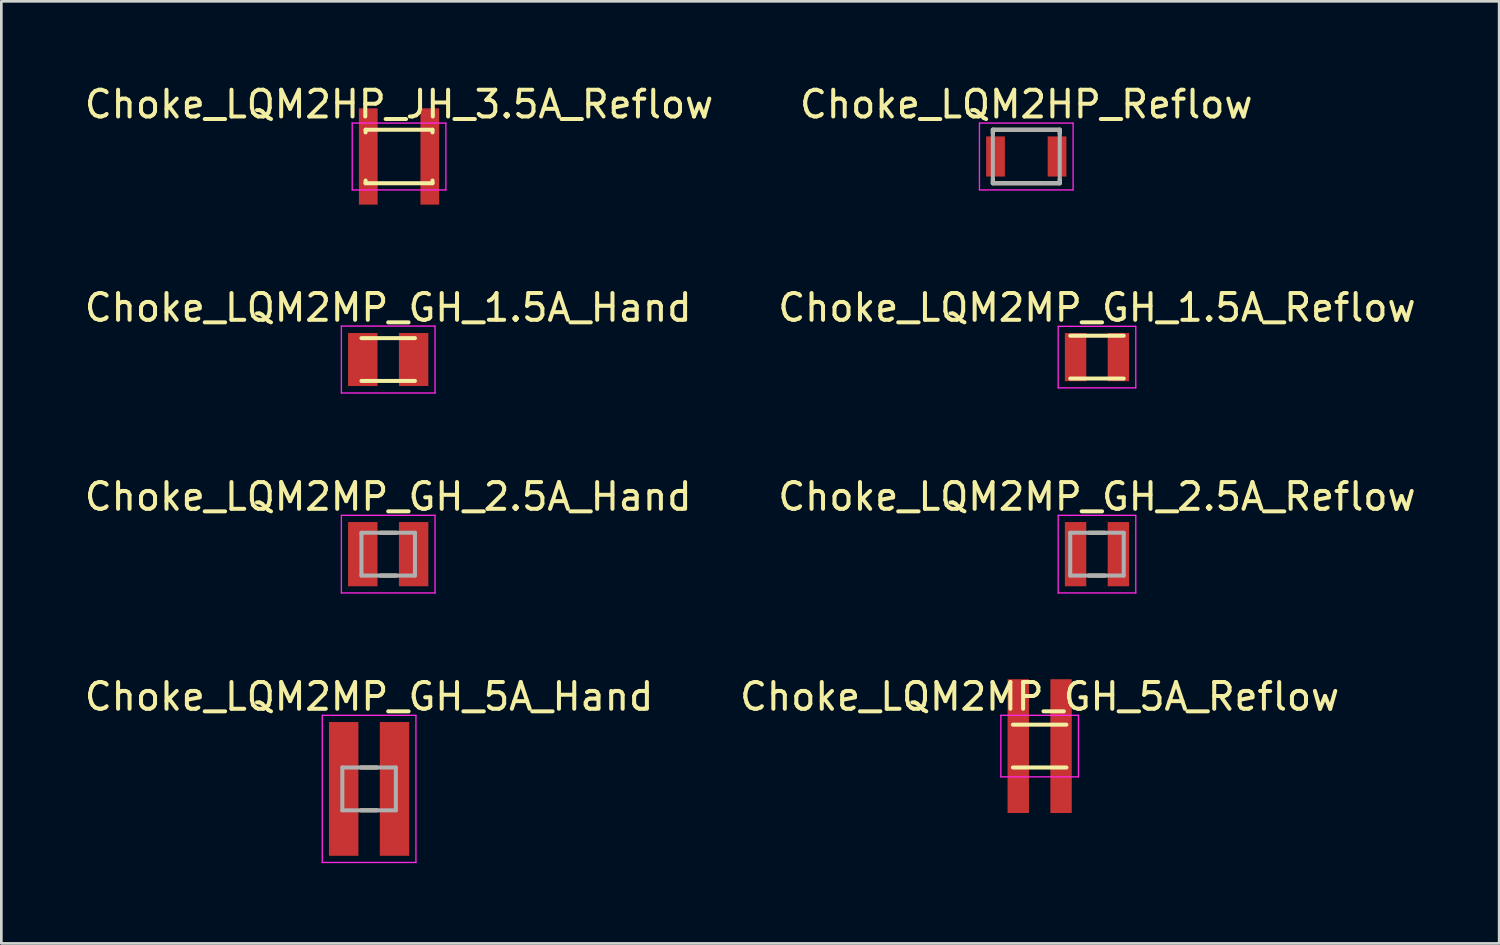
<source format=kicad_pcb>
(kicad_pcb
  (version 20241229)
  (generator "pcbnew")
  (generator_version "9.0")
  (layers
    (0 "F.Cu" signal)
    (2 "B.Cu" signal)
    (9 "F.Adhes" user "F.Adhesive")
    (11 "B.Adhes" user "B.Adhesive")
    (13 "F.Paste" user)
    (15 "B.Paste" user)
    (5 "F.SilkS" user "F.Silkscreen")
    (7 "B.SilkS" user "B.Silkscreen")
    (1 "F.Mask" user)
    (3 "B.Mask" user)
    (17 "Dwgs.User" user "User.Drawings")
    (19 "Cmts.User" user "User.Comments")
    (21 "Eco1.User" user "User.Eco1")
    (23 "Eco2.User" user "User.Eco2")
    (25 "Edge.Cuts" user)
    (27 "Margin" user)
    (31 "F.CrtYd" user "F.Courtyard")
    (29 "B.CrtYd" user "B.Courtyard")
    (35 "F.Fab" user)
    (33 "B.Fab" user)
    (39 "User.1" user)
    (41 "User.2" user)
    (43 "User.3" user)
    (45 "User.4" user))
  (footprint "Choke_LQM2MP_GH_1.5A_Reflow"
    (layer "F.Cu")
    (at 37.946 10.296)
    (property "Reference" "Choke_LQM2MP_GH_1.5A_Reflow" (at 0 -1.85 0) (layer "F.SilkS") (effects (font (size 1 1) (thickness 0.15))))
    (attr smd)
    (fp_line (start -1 -0.8) (end 1 -0.8) (stroke (width 0.15) (type solid)) (layer "F.SilkS"))
    (fp_line (start -1 0.8) (end 1 0.8) (stroke (width 0.15) (type solid)) (layer "F.SilkS"))
    (fp_line (start -1.45 -1.15) (end -1.45 1.15) (stroke (width 0.05) (type solid)) (layer "F.CrtYd"))
    (fp_line (start -1.45 -1.15) (end 1.45 -1.15) (stroke (width 0.05) (type solid)) (layer "F.CrtYd"))
    (fp_line (start -1.45 1.15) (end 1.45 1.15) (stroke (width 0.05) (type solid)) (layer "F.CrtYd"))
    (fp_line (start 1.45 -1.15) (end 1.45 1.15) (stroke (width 0.05) (type solid)) (layer "F.CrtYd"))
    (pad "1" smd rect (at -0.8 0) (size 0.8 1.8) (layers "F.Cu" "F.Mask" "F.Paste"))
    (pad "2" smd rect (at 0.8 0) (size 0.8 1.8) (layers "F.Cu" "F.Mask" "F.Paste")))
  (footprint "Choke_LQM2MP_GH_1.5A_Hand"
    (layer "F.Cu")
    (at 11.458 10.386)
    (property "Reference" "Choke_LQM2MP_GH_1.5A_Hand" (at 0 -1.94 0) (layer "F.SilkS") (effects (font (size 1 1) (thickness 0.15))))
    (attr smd)
    (fp_line (start -1 -0.8) (end 1 -0.8) (stroke (width 0.15) (type solid)) (layer "F.SilkS"))
    (fp_line (start -1 0.8) (end 1 0.8) (stroke (width 0.15) (type solid)) (layer "F.SilkS"))
    (fp_line (start -1.75 -1.25) (end -1.75 1.25) (stroke (width 0.05) (type solid)) (layer "F.CrtYd"))
    (fp_line (start -1.75 -1.25) (end 1.75 -1.25) (stroke (width 0.05) (type solid)) (layer "F.CrtYd"))
    (fp_line (start -1.75 1.25) (end 1.75 1.25) (stroke (width 0.05) (type solid)) (layer "F.CrtYd"))
    (fp_line (start 1.75 -1.25) (end 1.75 1.25) (stroke (width 0.05) (type solid)) (layer "F.CrtYd"))
    (pad "1" smd rect (at -0.95 0) (size 1.1 1.98) (layers "F.Cu" "F.Mask" "F.Paste"))
    (pad "2" smd rect (at 0.95 0) (size 1.1 1.98) (layers "F.Cu" "F.Mask" "F.Paste")))
  (footprint "Choke_LQM2MP_GH_2.5A_Reflow"
    (layer "F.Cu")
    (at 37.946 17.66)
    (property "Reference" "Choke_LQM2MP_GH_2.5A_Reflow" (at 0 -2.15 0) (layer "F.SilkS") (effects (font (size 1 1) (thickness 0.15))))
    (attr smd)
    (fp_line (start -0.3 -0.8) (end 0.3 -0.8) (stroke (width 0.15) (type solid)) (layer "F.SilkS"))
    (fp_line (start -0.3 0.8) (end 0.3 0.8) (stroke (width 0.15) (type solid)) (layer "F.SilkS"))
    (fp_line (start -1.45 -1.45) (end -1.45 1.45) (stroke (width 0.05) (type solid)) (layer "F.CrtYd"))
    (fp_line (start -1.45 -1.45) (end 1.45 -1.45) (stroke (width 0.05) (type solid)) (layer "F.CrtYd"))
    (fp_line (start -1.45 1.45) (end 1.45 1.45) (stroke (width 0.05) (type solid)) (layer "F.CrtYd"))
    (fp_line (start 1.45 -1.45) (end 1.45 1.45) (stroke (width 0.05) (type solid)) (layer "F.CrtYd"))
    (fp_line (start -1 -0.8) (end -1 0.8) (stroke (width 0.15) (type solid)) (layer "F.Fab"))
    (fp_line (start -1 -0.8) (end 1 -0.8) (stroke (width 0.15) (type solid)) (layer "F.Fab"))
    (fp_line (start -1 0.8) (end 1 0.8) (stroke (width 0.15) (type solid)) (layer "F.Fab"))
    (fp_line (start 1 -0.8) (end 1 0.8) (stroke (width 0.15) (type solid)) (layer "F.Fab"))
    (pad "" smd rect (at -0.8 0) (size 0.8 1.8) (layers "F.Mask" "F.Paste"))
    (pad "" smd rect (at 0.8 0) (size 0.8 1.8) (layers "F.Mask" "F.Paste"))
    (pad "1" smd rect (at -0.8 0) (size 0.8 2.4) (layers "F.Cu"))
    (pad "2" smd rect (at 0.8 0) (size 0.8 2.4) (layers "F.Cu")))
  (footprint "Choke_LQM2MP_GH_5A_Hand"
    (layer "F.Cu")
    (at 10.744 26.433)
    (property "Reference" "Choke_LQM2MP_GH_5A_Hand" (at 0 -3.45 0) (layer "F.SilkS") (effects (font (size 1 1) (thickness 0.15))))
    (attr smd)
    (fp_line (start -0.3 -0.8) (end 0.3 -0.8) (stroke (width 0.15) (type solid)) (layer "F.SilkS"))
    (fp_line (start -0.3 0.8) (end 0.3 0.8) (stroke (width 0.15) (type solid)) (layer "F.SilkS"))
    (fp_line (start -1.75 -2.75) (end -1.75 2.75) (stroke (width 0.05) (type solid)) (layer "F.CrtYd"))
    (fp_line (start -1.75 -2.75) (end 1.75 -2.75) (stroke (width 0.05) (type solid)) (layer "F.CrtYd"))
    (fp_line (start -1.75 2.75) (end 1.75 2.75) (stroke (width 0.05) (type solid)) (layer "F.CrtYd"))
    (fp_line (start 1.75 -2.75) (end 1.75 2.75) (stroke (width 0.05) (type solid)) (layer "F.CrtYd"))
    (fp_line (start -1 -0.8) (end -1 0.8) (stroke (width 0.15) (type solid)) (layer "F.Fab"))
    (fp_line (start -1 -0.8) (end 1 -0.8) (stroke (width 0.15) (type solid)) (layer "F.Fab"))
    (fp_line (start -1 0.8) (end 1 0.8) (stroke (width 0.15) (type solid)) (layer "F.Fab"))
    (fp_line (start 1 -0.8) (end 1 0.8) (stroke (width 0.15) (type solid)) (layer "F.Fab"))
    (pad "" smd rect (at -0.95 0) (size 1.1 1.98) (layers "F.Mask" "F.Paste"))
    (pad "" smd rect (at 0.95 0) (size 1.1 1.98) (layers "F.Mask" "F.Paste"))
    (pad "1" smd rect (at -0.95 0) (size 1.1 5) (layers "F.Cu"))
    (pad "2" smd rect (at 0.95 0) (size 1.1 5) (layers "F.Cu")))
  (footprint "Choke_LQM2MP_GH_5A_Reflow"
    (layer "F.Cu")
    (at 35.804 24.833)
    (property "Reference" "Choke_LQM2MP_GH_5A_Reflow" (at 0 -1.85 0) (layer "F.SilkS") (effects (font (size 1 1) (thickness 0.15))))
    (attr smd)
    (fp_line (start -1 -0.8) (end 1 -0.8) (stroke (width 0.15) (type solid)) (layer "F.SilkS"))
    (fp_line (start -1 0.8) (end 1 0.8) (stroke (width 0.15) (type solid)) (layer "F.SilkS"))
    (fp_line (start -1.45 -1.15) (end -1.45 1.15) (stroke (width 0.05) (type solid)) (layer "F.CrtYd"))
    (fp_line (start -1.45 -1.15) (end 1.45 -1.15) (stroke (width 0.05) (type solid)) (layer "F.CrtYd"))
    (fp_line (start -1.45 1.15) (end 1.45 1.15) (stroke (width 0.05) (type solid)) (layer "F.CrtYd"))
    (fp_line (start 1.45 -1.15) (end 1.45 1.15) (stroke (width 0.05) (type solid)) (layer "F.CrtYd"))
    (pad "" smd rect (at -0.8 0) (size 0.8 1.8) (layers "F.Mask" "F.Paste"))
    (pad "" smd rect (at 0.8 0) (size 0.8 1.8) (layers "F.Mask" "F.Paste"))
    (pad "1" smd rect (at -0.8 0) (size 0.8 5) (layers "F.Cu"))
    (pad "2" smd rect (at 0.8 0) (size 0.8 5) (layers "F.Cu")))
  (footprint "Choke_LQM2MP_GH_2.5A_Hand"
    (layer "F.Cu")
    (at 11.458 17.66)
    (property "Reference" "Choke_LQM2MP_GH_2.5A_Hand" (at 0 -2.15 0) (layer "F.SilkS") (effects (font (size 1 1) (thickness 0.15))))
    (attr smd)
    (fp_line (start -0.3 -0.8) (end 0.3 -0.8) (stroke (width 0.15) (type solid)) (layer "F.SilkS"))
    (fp_line (start -0.3 0.8) (end 0.3 0.8) (stroke (width 0.15) (type solid)) (layer "F.SilkS"))
    (fp_line (start -1.75 -1.45) (end -1.75 1.45) (stroke (width 0.05) (type solid)) (layer "F.CrtYd"))
    (fp_line (start -1.75 -1.45) (end 1.75 -1.45) (stroke (width 0.05) (type solid)) (layer "F.CrtYd"))
    (fp_line (start -1.75 1.45) (end 1.75 1.45) (stroke (width 0.05) (type solid)) (layer "F.CrtYd"))
    (fp_line (start 1.75 -1.45) (end 1.75 1.45) (stroke (width 0.05) (type solid)) (layer "F.CrtYd"))
    (fp_line (start -1 -0.8) (end -1 0.8) (stroke (width 0.15) (type solid)) (layer "F.Fab"))
    (fp_line (start -1 -0.8) (end 1 -0.8) (stroke (width 0.15) (type solid)) (layer "F.Fab"))
    (fp_line (start -1 0.8) (end 1 0.8) (stroke (width 0.15) (type solid)) (layer "F.Fab"))
    (fp_line (start 1 -0.8) (end 1 0.8) (stroke (width 0.15) (type solid)) (layer "F.Fab"))
    (pad "" smd rect (at -0.95 0) (size 1.1 1.98) (layers "F.Mask" "F.Paste"))
    (pad "" smd rect (at 0.95 0) (size 1.1 1.98) (layers "F.Mask" "F.Paste"))
    (pad "1" smd rect (at -0.95 0) (size 1.1 2.4) (layers "F.Cu"))
    (pad "2" smd rect (at 0.95 0) (size 1.1 2.4) (layers "F.Cu")))
  (footprint "Choke_LQM2HP_Reflow"
    (layer "F.Cu")
    (at 35.304 2.798)
    (property "Reference" "Choke_LQM2HP_Reflow" (at 0 -1.95 0) (layer "F.SilkS") (effects (font (size 1 1) (thickness 0.15))))
    (attr smd)
    (fp_line (start -1.25 -1) (end -1.25 -0.85) (stroke (width 0.15) (type solid)) (layer "F.SilkS"))
    (fp_line (start -1.25 -1) (end 1.25 -1) (stroke (width 0.15) (type solid)) (layer "F.SilkS"))
    (fp_line (start -1.25 0.85) (end -1.25 1) (stroke (width 0.15) (type solid)) (layer "F.SilkS"))
    (fp_line (start -1.25 1) (end 1.25 1) (stroke (width 0.15) (type solid)) (layer "F.SilkS"))
    (fp_line (start 1.25 -1) (end 1.25 -0.85) (stroke (width 0.15) (type solid)) (layer "F.SilkS"))
    (fp_line (start 1.25 0.85) (end 1.25 1) (stroke (width 0.15) (type solid)) (layer "F.SilkS"))
    (fp_line (start -1.75 -1.25) (end -1.75 1.25) (stroke (width 0.05) (type solid)) (layer "F.CrtYd"))
    (fp_line (start -1.75 -1.25) (end 1.75 -1.25) (stroke (width 0.05) (type solid)) (layer "F.CrtYd"))
    (fp_line (start -1.75 1.25) (end 1.75 1.25) (stroke (width 0.05) (type solid)) (layer "F.CrtYd"))
    (fp_line (start 1.75 -1.25) (end 1.75 1.25) (stroke (width 0.05) (type solid)) (layer "F.CrtYd"))
    (fp_line (start -1.25 -1) (end -1.25 1) (stroke (width 0.15) (type solid)) (layer "F.Fab"))
    (fp_line (start -1.25 -1) (end 1.25 -1) (stroke (width 0.15) (type solid)) (layer "F.Fab"))
    (fp_line (start -1.25 1) (end 1.25 1) (stroke (width 0.15) (type solid)) (layer "F.Fab"))
    (fp_line (start 1.25 -1) (end 1.25 1) (stroke (width 0.15) (type solid)) (layer "F.Fab"))
    (pad "1" smd rect (at -1.15 0) (size 0.7 1.5) (layers "F.Cu" "F.Mask" "F.Paste"))
    (pad "2" smd rect (at 1.15 0) (size 0.7 1.5) (layers "F.Cu" "F.Mask" "F.Paste")))
  (footprint "Choke_LQM2HP_JH_3.5A_Reflow"
    (layer "F.Cu")
    (at 11.863 2.798)
    (property "Reference" "Choke_LQM2HP_JH_3.5A_Reflow" (at 0 -1.95 0) (layer "F.SilkS") (effects (font (size 1 1) (thickness 0.15))))
    (attr smd)
    (fp_line (start -1.25 -1) (end -1.25 -0.9) (stroke (width 0.15) (type solid)) (layer "F.SilkS"))
    (fp_line (start -1.25 -1) (end 1.25 -1) (stroke (width 0.15) (type solid)) (layer "F.SilkS"))
    (fp_line (start -1.25 0.9) (end -1.25 1) (stroke (width 0.15) (type solid)) (layer "F.SilkS"))
    (fp_line (start -1.25 1) (end 1.25 1) (stroke (width 0.15) (type solid)) (layer "F.SilkS"))
    (fp_line (start 1.25 -1) (end 1.25 -0.9) (stroke (width 0.15) (type solid)) (layer "F.SilkS"))
    (fp_line (start 1.25 0.9) (end 1.25 1) (stroke (width 0.15) (type solid)) (layer "F.SilkS"))
    (fp_line (start -1.75 -1.25) (end -1.75 1.25) (stroke (width 0.05) (type solid)) (layer "F.CrtYd"))
    (fp_line (start -1.75 -1.25) (end 1.75 -1.25) (stroke (width 0.05) (type solid)) (layer "F.CrtYd"))
    (fp_line (start -1.75 1.25) (end 1.75 1.25) (stroke (width 0.05) (type solid)) (layer "F.CrtYd"))
    (fp_line (start 1.75 -1.25) (end 1.75 1.25) (stroke (width 0.05) (type solid)) (layer "F.CrtYd"))
    (pad "" smd rect (at -1.15 0) (size 0.7 1.5) (layers "F.Mask" "F.Paste"))
    (pad "" smd rect (at 1.15 0) (size 0.7 1.5) (layers "F.Mask" "F.Paste"))
    (pad "1" smd rect (at -1.15 0) (size 0.7 3.6) (layers "F.Cu"))
    (pad "2" smd rect (at 1.15 0) (size 0.7 3.6) (layers "F.Cu")))
  (gr_rect
    (start -3 -3)
    (end 52.976 32.208)
    (stroke (width 0.1) (type default))
    (fill no)
    (layer "Edge.Cuts")))
</source>
